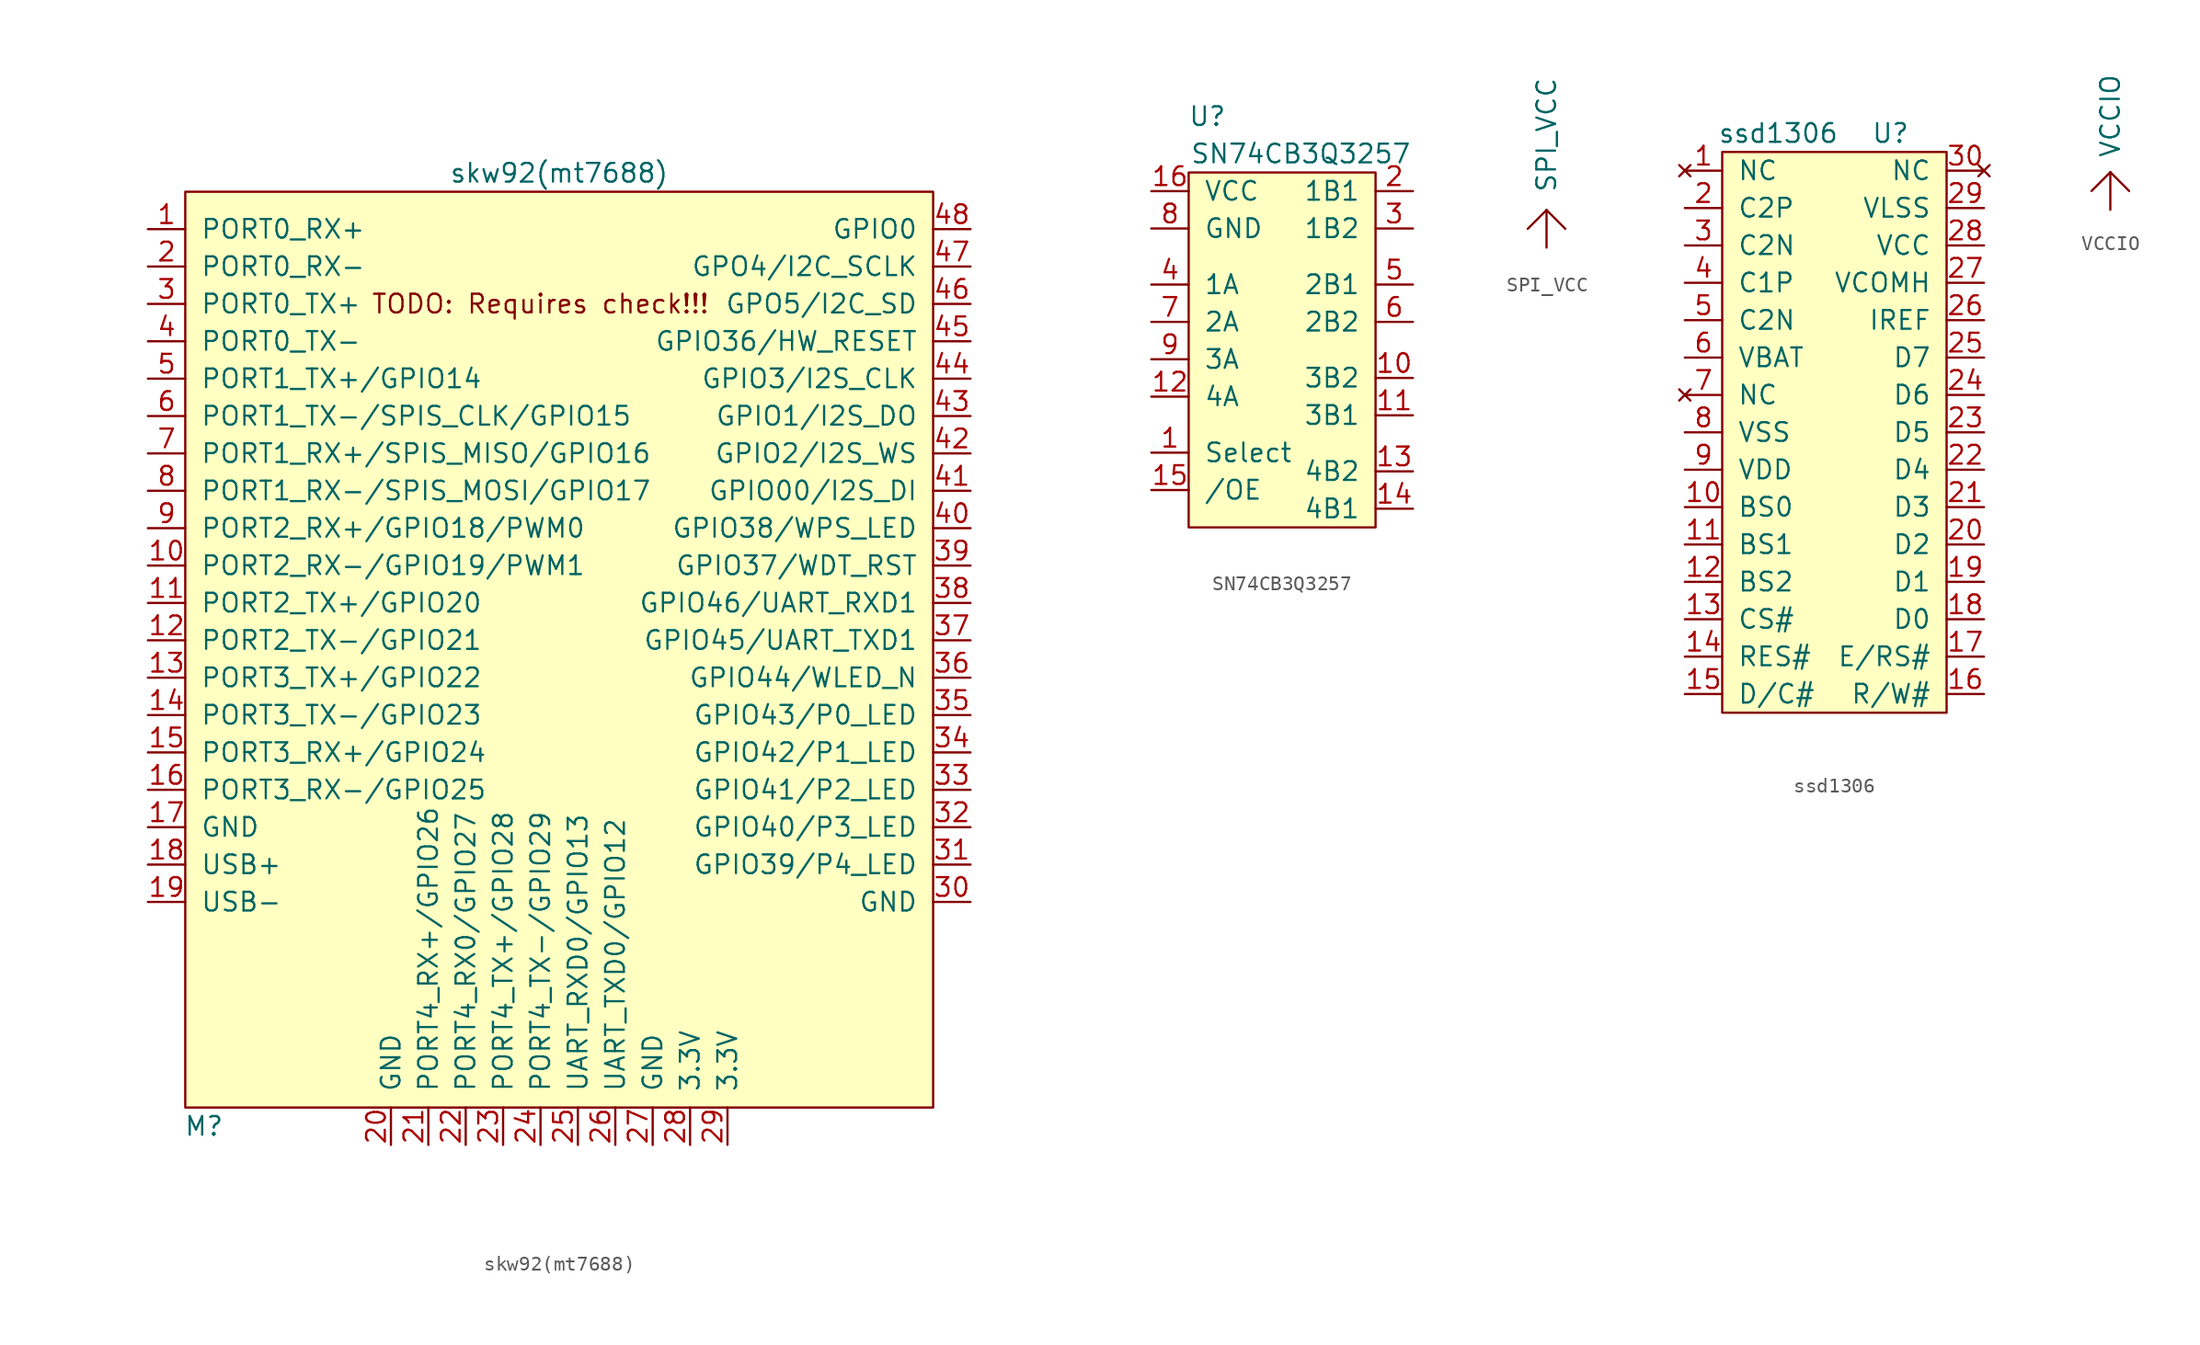
<source format=kicad_sym>
(kicad_symbol_lib
  (version 20211014)
  (generator kicad_symbol_editor)
  (symbol "components0:skw92(mt7688)"
    (pin_names
      (offset 1.016))
    (property "Reference" "M"
      (at -24.13 -33.02 0)
      (effects (font (size 1.27 1.27))))
    (property "Value" "skw92(mt7688)"
      (at 0 31.75 0)
      (effects (font (size 1.27 1.27))))
    (symbol "skw92(mt7688)_0_0"
      (text "TODO: Requires check!!!" (at -1.27 22.86 0) (effects (font (size 1.27 1.27)))))
    (symbol "skw92(mt7688)_0_1"
      (rectangle (start -25.4 30.48) (end 25.4 -31.75) (stroke (width 0) (type default) (color 0 0 0 0)) (fill (type background))))
    (symbol "skw92(mt7688)_1_1"
      (pin input line (at -27.94 27.94 0) (length 2.54) (name "PORT0_RX+" (effects (font (size 1.27 1.27)))) (number "1" (effects (font (size 1.27 1.27)))))
      (pin bidirectional line (at -27.94 5.08 0) (length 2.54) (name "PORT2_RX-/GPIO19/PWM1" (effects (font (size 1.27 1.27)))) (number "10" (effects (font (size 1.27 1.27)))))
      (pin bidirectional line (at -27.94 2.54 0) (length 2.54) (name "PORT2_TX+/GPIO20" (effects (font (size 1.27 1.27)))) (number "11" (effects (font (size 1.27 1.27)))))
      (pin bidirectional line (at -27.94 0 0) (length 2.54) (name "PORT2_TX-/GPIO21" (effects (font (size 1.27 1.27)))) (number "12" (effects (font (size 1.27 1.27)))))
      (pin bidirectional line (at -27.94 -2.54 0) (length 2.54) (name "PORT3_TX+/GPIO22" (effects (font (size 1.27 1.27)))) (number "13" (effects (font (size 1.27 1.27)))))
      (pin bidirectional line (at -27.94 -5.08 0) (length 2.54) (name "PORT3_TX-/GPIO23" (effects (font (size 1.27 1.27)))) (number "14" (effects (font (size 1.27 1.27)))))
      (pin bidirectional line (at -27.94 -7.62 0) (length 2.54) (name "PORT3_RX+/GPIO24" (effects (font (size 1.27 1.27)))) (number "15" (effects (font (size 1.27 1.27)))))
      (pin bidirectional line (at -27.94 -10.16 0) (length 2.54) (name "PORT3_RX-/GPIO25" (effects (font (size 1.27 1.27)))) (number "16" (effects (font (size 1.27 1.27)))))
      (pin power_in line (at -27.94 -12.7 0) (length 2.54) (name "GND" (effects (font (size 1.27 1.27)))) (number "17" (effects (font (size 1.27 1.27)))))
      (pin bidirectional line (at -27.94 -15.24 0) (length 2.54) (name "USB+" (effects (font (size 1.27 1.27)))) (number "18" (effects (font (size 1.27 1.27)))))
      (pin bidirectional line (at -27.94 -17.78 0) (length 2.54) (name "USB-" (effects (font (size 1.27 1.27)))) (number "19" (effects (font (size 1.27 1.27)))))
      (pin input line (at -27.94 25.4 0) (length 2.54) (name "PORT0_RX-" (effects (font (size 1.27 1.27)))) (number "2" (effects (font (size 1.27 1.27)))))
      (pin power_in line (at -11.43 -34.29 90) (length 2.54) (name "GND" (effects (font (size 1.27 1.27)))) (number "20" (effects (font (size 1.27 1.27)))))
      (pin bidirectional line (at -8.89 -34.29 90) (length 2.54) (name "PORT4_RX+/GPIO26" (effects (font (size 1.27 1.27)))) (number "21" (effects (font (size 1.27 1.27)))))
      (pin bidirectional line (at -6.35 -34.29 90) (length 2.54) (name "PORT4_RX0/GPIO27" (effects (font (size 1.27 1.27)))) (number "22" (effects (font (size 1.27 1.27)))))
      (pin bidirectional line (at -3.81 -34.29 90) (length 2.54) (name "PORT4_TX+/GPIO28" (effects (font (size 1.27 1.27)))) (number "23" (effects (font (size 1.27 1.27)))))
      (pin bidirectional line (at -1.27 -34.29 90) (length 2.54) (name "PORT4_TX-/GPIO29" (effects (font (size 1.27 1.27)))) (number "24" (effects (font (size 1.27 1.27)))))
      (pin bidirectional line (at 1.27 -34.29 90) (length 2.54) (name "UART_RXD0/GPIO13" (effects (font (size 1.27 1.27)))) (number "25" (effects (font (size 1.27 1.27)))))
      (pin bidirectional line (at 3.81 -34.29 90) (length 2.54) (name "UART_TXD0/GPIO12" (effects (font (size 1.27 1.27)))) (number "26" (effects (font (size 1.27 1.27)))))
      (pin power_in line (at 6.35 -34.29 90) (length 2.54) (name "GND" (effects (font (size 1.27 1.27)))) (number "27" (effects (font (size 1.27 1.27)))))
      (pin power_in line (at 8.89 -34.29 90) (length 2.54) (name "3.3V" (effects (font (size 1.27 1.27)))) (number "28" (effects (font (size 1.27 1.27)))))
      (pin power_in line (at 11.43 -34.29 90) (length 2.54) (name "3.3V" (effects (font (size 1.27 1.27)))) (number "29" (effects (font (size 1.27 1.27)))))
      (pin output line (at -27.94 22.86 0) (length 2.54) (name "PORT0_TX+" (effects (font (size 1.27 1.27)))) (number "3" (effects (font (size 1.27 1.27)))))
      (pin power_in line (at 27.94 -17.78 180) (length 2.54) (name "GND" (effects (font (size 1.27 1.27)))) (number "30" (effects (font (size 1.27 1.27)))))
      (pin bidirectional line (at 27.94 -15.24 180) (length 2.54) (name "GPIO39/P4_LED" (effects (font (size 1.27 1.27)))) (number "31" (effects (font (size 1.27 1.27)))))
      (pin bidirectional line (at 27.94 -12.7 180) (length 2.54) (name "GPIO40/P3_LED" (effects (font (size 1.27 1.27)))) (number "32" (effects (font (size 1.27 1.27)))))
      (pin bidirectional line (at 27.94 -10.16 180) (length 2.54) (name "GPIO41/P2_LED" (effects (font (size 1.27 1.27)))) (number "33" (effects (font (size 1.27 1.27)))))
      (pin bidirectional line (at 27.94 -7.62 180) (length 2.54) (name "GPIO42/P1_LED" (effects (font (size 1.27 1.27)))) (number "34" (effects (font (size 1.27 1.27)))))
      (pin bidirectional line (at 27.94 -5.08 180) (length 2.54) (name "GPIO43/P0_LED" (effects (font (size 1.27 1.27)))) (number "35" (effects (font (size 1.27 1.27)))))
      (pin bidirectional line (at 27.94 -2.54 180) (length 2.54) (name "GPIO44/WLED_N" (effects (font (size 1.27 1.27)))) (number "36" (effects (font (size 1.27 1.27)))))
      (pin bidirectional line (at 27.94 0 180) (length 2.54) (name "GPIO45/UART_TXD1" (effects (font (size 1.27 1.27)))) (number "37" (effects (font (size 1.27 1.27)))))
      (pin bidirectional line (at 27.94 2.54 180) (length 2.54) (name "GPIO46/UART_RXD1" (effects (font (size 1.27 1.27)))) (number "38" (effects (font (size 1.27 1.27)))))
      (pin bidirectional line (at 27.94 5.08 180) (length 2.54) (name "GPIO37/WDT_RST" (effects (font (size 1.27 1.27)))) (number "39" (effects (font (size 1.27 1.27)))))
      (pin output line (at -27.94 20.32 0) (length 2.54) (name "PORT0_TX-" (effects (font (size 1.27 1.27)))) (number "4" (effects (font (size 1.27 1.27)))))
      (pin bidirectional line (at 27.94 7.62 180) (length 2.54) (name "GPIO38/WPS_LED" (effects (font (size 1.27 1.27)))) (number "40" (effects (font (size 1.27 1.27)))))
      (pin bidirectional line (at 27.94 10.16 180) (length 2.54) (name "GPIO00/I2S_DI" (effects (font (size 1.27 1.27)))) (number "41" (effects (font (size 1.27 1.27)))))
      (pin bidirectional line (at 27.94 12.7 180) (length 2.54) (name "GPIO2/I2S_WS" (effects (font (size 1.27 1.27)))) (number "42" (effects (font (size 1.27 1.27)))))
      (pin bidirectional line (at 27.94 15.24 180) (length 2.54) (name "GPIO1/I2S_DO" (effects (font (size 1.27 1.27)))) (number "43" (effects (font (size 1.27 1.27)))))
      (pin bidirectional line (at 27.94 17.78 180) (length 2.54) (name "GPIO3/I2S_CLK" (effects (font (size 1.27 1.27)))) (number "44" (effects (font (size 1.27 1.27)))))
      (pin bidirectional line (at 27.94 20.32 180) (length 2.54) (name "GPIO36/HW_RESET" (effects (font (size 1.27 1.27)))) (number "45" (effects (font (size 1.27 1.27)))))
      (pin bidirectional line (at 27.94 22.86 180) (length 2.54) (name "GPO5/I2C_SD" (effects (font (size 1.27 1.27)))) (number "46" (effects (font (size 1.27 1.27)))))
      (pin bidirectional line (at 27.94 25.4 180) (length 2.54) (name "GPO4/I2C_SCLK" (effects (font (size 1.27 1.27)))) (number "47" (effects (font (size 1.27 1.27)))))
      (pin bidirectional line (at 27.94 27.94 180) (length 2.54) (name "GPIO0" (effects (font (size 1.27 1.27)))) (number "48" (effects (font (size 1.27 1.27)))))
      (pin bidirectional line (at -27.94 17.78 0) (length 2.54) (name "PORT1_TX+/GPIO14" (effects (font (size 1.27 1.27)))) (number "5" (effects (font (size 1.27 1.27)))))
      (pin bidirectional line (at -27.94 15.24 0) (length 2.54) (name "PORT1_TX-/SPIS_CLK/GPIO15" (effects (font (size 1.27 1.27)))) (number "6" (effects (font (size 1.27 1.27)))))
      (pin bidirectional line (at -27.94 12.7 0) (length 2.54) (name "PORT1_RX+/SPIS_MISO/GPIO16" (effects (font (size 1.27 1.27)))) (number "7" (effects (font (size 1.27 1.27)))))
      (pin bidirectional line (at -27.94 10.16 0) (length 2.54) (name "PORT1_RX-/SPIS_MOSI/GPIO17" (effects (font (size 1.27 1.27)))) (number "8" (effects (font (size 1.27 1.27)))))
      (pin bidirectional line (at -27.94 7.62 0) (length 2.54) (name "PORT2_RX+/GPIO18/PWM0" (effects (font (size 1.27 1.27)))) (number "9" (effects (font (size 1.27 1.27)))))))
  (symbol "components0:SN74CB3Q3257"
    (pin_names
      (offset 1.016))
    (property "Reference" "U"
      (at -5.08 15.24 0)
      (effects (font (size 1.27 1.27))))
    (property "Value" "SN74CB3Q3257"
      (at 1.27 12.7 0)
      (effects (font (size 1.27 1.27))))
    (symbol "SN74CB3Q3257_0_1"
      (rectangle (start -6.35 11.43) (end 6.35 -12.7) (stroke (width 0) (type default) (color 0 0 0 0)) (fill (type background))))
    (symbol "SN74CB3Q3257_1_1"
      (pin input line (at -8.89 -7.62 0) (length 2.54) (name "Select" (effects (font (size 1.27 1.27)))) (number "1" (effects (font (size 1.27 1.27)))))
      (pin bidirectional line (at 8.89 -2.54 180) (length 2.54) (name "3B2" (effects (font (size 1.27 1.27)))) (number "10" (effects (font (size 1.27 1.27)))))
      (pin bidirectional line (at 8.89 -5.08 180) (length 2.54) (name "3B1" (effects (font (size 1.27 1.27)))) (number "11" (effects (font (size 1.27 1.27)))))
      (pin bidirectional line (at -8.89 -3.81 0) (length 2.54) (name "4A" (effects (font (size 1.27 1.27)))) (number "12" (effects (font (size 1.27 1.27)))))
      (pin bidirectional line (at 8.89 -8.89 180) (length 2.54) (name "4B2" (effects (font (size 1.27 1.27)))) (number "13" (effects (font (size 1.27 1.27)))))
      (pin bidirectional line (at 8.89 -11.43 180) (length 2.54) (name "4B1" (effects (font (size 1.27 1.27)))) (number "14" (effects (font (size 1.27 1.27)))))
      (pin input line (at -8.89 -10.16 0) (length 2.54) (name "/OE" (effects (font (size 1.27 1.27)))) (number "15" (effects (font (size 1.27 1.27)))))
      (pin power_in line (at -8.89 10.16 0) (length 2.54) (name "VCC" (effects (font (size 1.27 1.27)))) (number "16" (effects (font (size 1.27 1.27)))))
      (pin bidirectional line (at 8.89 10.16 180) (length 2.54) (name "1B1" (effects (font (size 1.27 1.27)))) (number "2" (effects (font (size 1.27 1.27)))))
      (pin bidirectional line (at 8.89 7.62 180) (length 2.54) (name "1B2" (effects (font (size 1.27 1.27)))) (number "3" (effects (font (size 1.27 1.27)))))
      (pin bidirectional line (at -8.89 3.81 0) (length 2.54) (name "1A" (effects (font (size 1.27 1.27)))) (number "4" (effects (font (size 1.27 1.27)))))
      (pin bidirectional line (at 8.89 3.81 180) (length 2.54) (name "2B1" (effects (font (size 1.27 1.27)))) (number "5" (effects (font (size 1.27 1.27)))))
      (pin bidirectional line (at 8.89 1.27 180) (length 2.54) (name "2B2" (effects (font (size 1.27 1.27)))) (number "6" (effects (font (size 1.27 1.27)))))
      (pin bidirectional line (at -8.89 1.27 0) (length 2.54) (name "2A" (effects (font (size 1.27 1.27)))) (number "7" (effects (font (size 1.27 1.27)))))
      (pin power_in line (at -8.89 7.62 0) (length 2.54) (name "GND" (effects (font (size 1.27 1.27)))) (number "8" (effects (font (size 1.27 1.27)))))
      (pin bidirectional line (at -8.89 -1.27 0) (length 2.54) (name "3A" (effects (font (size 1.27 1.27)))) (number "9" (effects (font (size 1.27 1.27)))))))
  (symbol "components0:SPI_VCC"
    (power)
    (pin_names
      (offset 1.016))
    (property "Reference" "#PWR"
      (at 0 -2.54 0)
      (effects (font (size 1.27 1.27)) hide))
    (property "Value" "SPI_VCC"
      (at 0 7.62 90)
      (effects (font (size 1.27 1.27))))
    (symbol "SPI_VCC_0_0"
      (polyline (pts (xy 0 2.54) (xy 0 0)) (stroke (width 0) (type default) (color 0 0 0 0)) (fill (type none))))
    (symbol "SPI_VCC_0_1"
      (polyline (pts (xy 0 2.54) (xy -1.27 1.27)) (stroke (width 0) (type default) (color 0 0 0 0)) (fill (type none)))
      (polyline (pts (xy 0 2.54) (xy 1.27 1.27)) (stroke (width 0) (type default) (color 0 0 0 0)) (fill (type none))))
    (symbol "SPI_VCC_1_1"
      (pin power_in line (at 0 0 90) (length 0) hide (name "SPI_VCC" (effects (font (size 1.27 1.27)))) (number "1" (effects (font (size 1.27 1.27)))))))
  (symbol "components0:ssd1306"
    (pin_names
      (offset 1.016))
    (property "Reference" "U"
      (at 7.62 -2.54 0)
      (effects (font (size 1.27 1.27))))
    (property "Value" "ssd1306"
      (at 0 -2.54 0)
      (effects (font (size 1.27 1.27))))
    (symbol "ssd1306_0_1"
      (rectangle (start -3.81 -3.81) (end 11.43 -41.91) (stroke (width 0) (type default) (color 0 0 0 0)) (fill (type background))))
    (symbol "ssd1306_1_1"
      (pin no_connect line (at -6.35 -5.08 0) (length 2.54) (name "NC" (effects (font (size 1.27 1.27)))) (number "1" (effects (font (size 1.27 1.27)))))
      (pin unspecified line (at -6.35 -27.94 0) (length 2.54) (name "BS0" (effects (font (size 1.27 1.27)))) (number "10" (effects (font (size 1.27 1.27)))))
      (pin unspecified line (at -6.35 -30.48 0) (length 2.54) (name "BS1" (effects (font (size 1.27 1.27)))) (number "11" (effects (font (size 1.27 1.27)))))
      (pin unspecified line (at -6.35 -33.02 0) (length 2.54) (name "BS2" (effects (font (size 1.27 1.27)))) (number "12" (effects (font (size 1.27 1.27)))))
      (pin unspecified line (at -6.35 -35.56 0) (length 2.54) (name "CS#" (effects (font (size 1.27 1.27)))) (number "13" (effects (font (size 1.27 1.27)))))
      (pin unspecified line (at -6.35 -38.1 0) (length 2.54) (name "RES#" (effects (font (size 1.27 1.27)))) (number "14" (effects (font (size 1.27 1.27)))))
      (pin unspecified line (at -6.35 -40.64 0) (length 2.54) (name "D/C#" (effects (font (size 1.27 1.27)))) (number "15" (effects (font (size 1.27 1.27)))))
      (pin unspecified line (at 13.97 -40.64 180) (length 2.54) (name "R/W#" (effects (font (size 1.27 1.27)))) (number "16" (effects (font (size 1.27 1.27)))))
      (pin unspecified line (at 13.97 -38.1 180) (length 2.54) (name "E/RS#" (effects (font (size 1.27 1.27)))) (number "17" (effects (font (size 1.27 1.27)))))
      (pin unspecified line (at 13.97 -35.56 180) (length 2.54) (name "D0" (effects (font (size 1.27 1.27)))) (number "18" (effects (font (size 1.27 1.27)))))
      (pin unspecified line (at 13.97 -33.02 180) (length 2.54) (name "D1" (effects (font (size 1.27 1.27)))) (number "19" (effects (font (size 1.27 1.27)))))
      (pin unspecified line (at -6.35 -7.62 0) (length 2.54) (name "C2P" (effects (font (size 1.27 1.27)))) (number "2" (effects (font (size 1.27 1.27)))))
      (pin unspecified line (at 13.97 -30.48 180) (length 2.54) (name "D2" (effects (font (size 1.27 1.27)))) (number "20" (effects (font (size 1.27 1.27)))))
      (pin unspecified line (at 13.97 -27.94 180) (length 2.54) (name "D3" (effects (font (size 1.27 1.27)))) (number "21" (effects (font (size 1.27 1.27)))))
      (pin unspecified line (at 13.97 -25.4 180) (length 2.54) (name "D4" (effects (font (size 1.27 1.27)))) (number "22" (effects (font (size 1.27 1.27)))))
      (pin unspecified line (at 13.97 -22.86 180) (length 2.54) (name "D5" (effects (font (size 1.27 1.27)))) (number "23" (effects (font (size 1.27 1.27)))))
      (pin unspecified line (at 13.97 -20.32 180) (length 2.54) (name "D6" (effects (font (size 1.27 1.27)))) (number "24" (effects (font (size 1.27 1.27)))))
      (pin unspecified line (at 13.97 -17.78 180) (length 2.54) (name "D7" (effects (font (size 1.27 1.27)))) (number "25" (effects (font (size 1.27 1.27)))))
      (pin unspecified line (at 13.97 -15.24 180) (length 2.54) (name "IREF" (effects (font (size 1.27 1.27)))) (number "26" (effects (font (size 1.27 1.27)))))
      (pin unspecified line (at 13.97 -12.7 180) (length 2.54) (name "VCOMH" (effects (font (size 1.27 1.27)))) (number "27" (effects (font (size 1.27 1.27)))))
      (pin unspecified line (at 13.97 -10.16 180) (length 2.54) (name "VCC" (effects (font (size 1.27 1.27)))) (number "28" (effects (font (size 1.27 1.27)))))
      (pin unspecified line (at 13.97 -7.62 180) (length 2.54) (name "VLSS" (effects (font (size 1.27 1.27)))) (number "29" (effects (font (size 1.27 1.27)))))
      (pin unspecified line (at -6.35 -10.16 0) (length 2.54) (name "C2N" (effects (font (size 1.27 1.27)))) (number "3" (effects (font (size 1.27 1.27)))))
      (pin no_connect line (at 13.97 -5.08 180) (length 2.54) (name "NC" (effects (font (size 1.27 1.27)))) (number "30" (effects (font (size 1.27 1.27)))))
      (pin unspecified line (at -6.35 -12.7 0) (length 2.54) (name "C1P" (effects (font (size 1.27 1.27)))) (number "4" (effects (font (size 1.27 1.27)))))
      (pin unspecified line (at -6.35 -15.24 0) (length 2.54) (name "C2N" (effects (font (size 1.27 1.27)))) (number "5" (effects (font (size 1.27 1.27)))))
      (pin unspecified line (at -6.35 -17.78 0) (length 2.54) (name "VBAT" (effects (font (size 1.27 1.27)))) (number "6" (effects (font (size 1.27 1.27)))))
      (pin no_connect line (at -6.35 -20.32 0) (length 2.54) (name "NC" (effects (font (size 1.27 1.27)))) (number "7" (effects (font (size 1.27 1.27)))))
      (pin power_in line (at -6.35 -22.86 0) (length 2.54) (name "VSS" (effects (font (size 1.27 1.27)))) (number "8" (effects (font (size 1.27 1.27)))))
      (pin power_in line (at -6.35 -25.4 0) (length 2.54) (name "VDD" (effects (font (size 1.27 1.27)))) (number "9" (effects (font (size 1.27 1.27)))))))
  (symbol "components0:VCCIO"
    (power)
    (pin_names
      (offset 1.016))
    (property "Reference" "#PWR"
      (at 0 -2.54 0)
      (effects (font (size 1.27 1.27)) hide))
    (property "Value" "VCCIO"
      (at 0 6.35 90)
      (effects (font (size 1.27 1.27))))
    (symbol "VCCIO_0_1"
      (polyline (pts (xy 0 2.54) (xy -1.27 1.27)) (stroke (width 0) (type default) (color 0 0 0 0)) (fill (type none)))
      (polyline (pts (xy 0 2.54) (xy 0 0)) (stroke (width 0) (type default) (color 0 0 0 0)) (fill (type none)))
      (polyline (pts (xy 0 2.54) (xy 1.27 1.27)) (stroke (width 0) (type default) (color 0 0 0 0)) (fill (type none))))
    (symbol "VCCIO_1_1"
      (pin power_in line (at 0 0 90) (length 0) hide (name "VCCIO" (effects (font (size 1.27 1.27)))) (number "1" (effects (font (size 1.27 1.27))))))))
</source>
